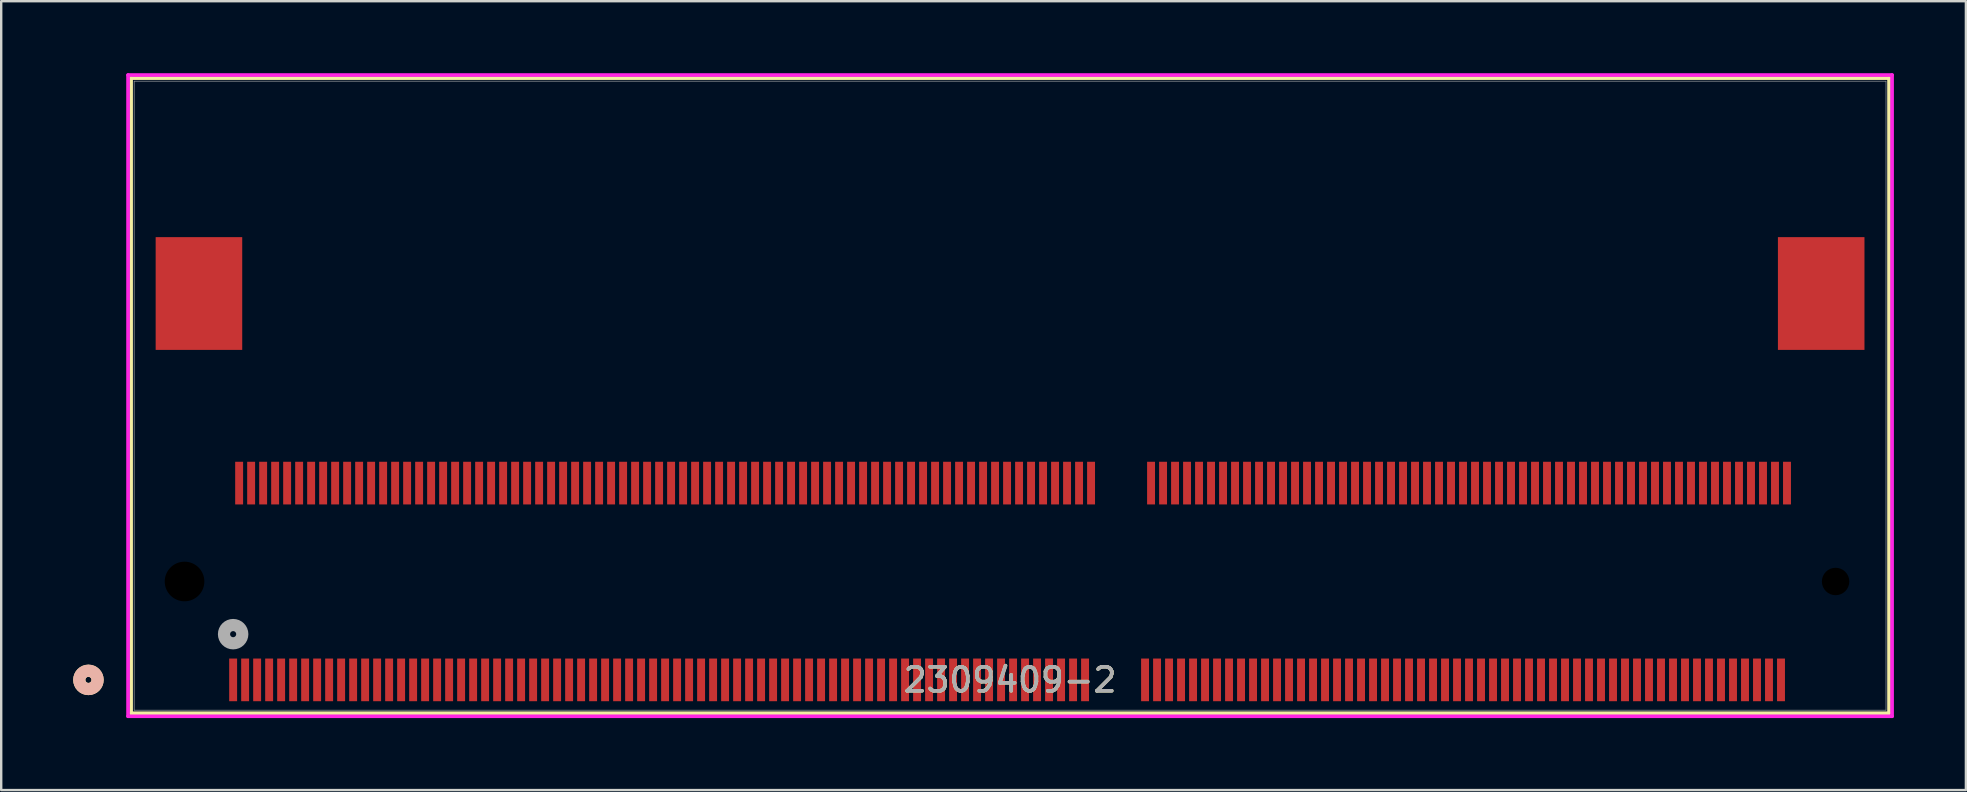
<source format=kicad_pcb>
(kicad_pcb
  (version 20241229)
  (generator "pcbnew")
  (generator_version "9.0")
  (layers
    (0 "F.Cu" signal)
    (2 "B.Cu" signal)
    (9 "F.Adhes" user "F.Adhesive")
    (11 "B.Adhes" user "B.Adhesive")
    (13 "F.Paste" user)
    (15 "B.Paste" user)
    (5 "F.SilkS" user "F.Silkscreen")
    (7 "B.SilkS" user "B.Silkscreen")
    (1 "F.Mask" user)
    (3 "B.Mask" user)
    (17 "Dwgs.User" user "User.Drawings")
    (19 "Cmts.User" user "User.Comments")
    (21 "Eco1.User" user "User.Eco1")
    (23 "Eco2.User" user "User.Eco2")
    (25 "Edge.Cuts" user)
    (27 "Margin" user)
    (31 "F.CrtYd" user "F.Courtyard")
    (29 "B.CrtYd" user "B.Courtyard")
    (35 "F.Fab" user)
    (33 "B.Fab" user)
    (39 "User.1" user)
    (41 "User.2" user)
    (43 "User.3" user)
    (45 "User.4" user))
  (footprint "2309409-2"
    (layer "F.Cu")
    (at 39.04 13.437)
    (property "Reference" "2309409-2" (at 0 11.844 0) (unlocked yes) (layer "F.SilkS") (effects (font (size 1 1) (thickness 0.15))))
    (attr smd)
    (fp_line (start -36.627 -13.233) (end -36.627 13.233) (stroke (width 0.152) (type solid)) (layer "F.SilkS"))
    (fp_line (start -36.627 13.233) (end 36.627 13.233) (stroke (width 0.152) (type solid)) (layer "F.SilkS"))
    (fp_line (start 36.627 -13.233) (end -36.627 -13.233) (stroke (width 0.152) (type solid)) (layer "F.SilkS"))
    (fp_line (start 36.627 13.233) (end 36.627 -13.233) (stroke (width 0.152) (type solid)) (layer "F.SilkS"))
    (fp_circle (center -38.405 11.844) (end -38.024 11.844) (stroke (width 0.508) (type solid)) (fill no) (layer "F.SilkS"))
    (fp_circle (center -38.405 11.844) (end -38.024 11.844) (stroke (width 0.508) (type solid)) (fill no) (layer "B.SilkS"))
    (fp_line (start -36.754 -13.36) (end -36.754 13.36) (stroke (width 0.152) (type solid)) (layer "F.CrtYd"))
    (fp_line (start -36.754 13.36) (end 36.754 13.36) (stroke (width 0.152) (type solid)) (layer "F.CrtYd"))
    (fp_line (start 36.754 -13.36) (end -36.754 -13.36) (stroke (width 0.152) (type solid)) (layer "F.CrtYd"))
    (fp_line (start 36.754 13.36) (end 36.754 -13.36) (stroke (width 0.152) (type solid)) (layer "F.CrtYd"))
    (fp_line (start -36.5 -13.106) (end -36.5 13.106) (stroke (width 0.025) (type solid)) (layer "F.Fab"))
    (fp_line (start -36.5 13.106) (end 36.5 13.106) (stroke (width 0.025) (type solid)) (layer "F.Fab"))
    (fp_line (start 36.5 -13.106) (end -36.5 -13.106) (stroke (width 0.025) (type solid)) (layer "F.Fab"))
    (fp_line (start 36.5 13.106) (end 36.5 -13.106) (stroke (width 0.025) (type solid)) (layer "F.Fab"))
    (fp_circle (center -32.375 9.939) (end -31.994 9.939) (stroke (width 0.508) (type solid)) (fill no) (layer "F.Fab"))
    (fp_text user "${REFERENCE}" (at 0 11.844 0) (unlocked yes) (layer "F.Fab") (effects (font (size 1 1) (thickness 0.15))))
    (pad "" np_thru_hole circle (at -34.4 7.744) (size 1.651 1.651) (drill 1.651) (layers))
    (pad "" np_thru_hole circle (at 34.4 7.744) (size 1.143 1.143) (drill 1.143) (layers))
    (pad "1" smd rect (at -32.375 11.844) (size 0.33 1.778) (layers "F.Cu" "F.Mask" "F.Paste"))
    (pad "2" smd rect (at -32.125 3.644) (size 0.33 1.778) (layers "F.Cu" "F.Mask" "F.Paste"))
    (pad "3" smd rect (at -31.875 11.844) (size 0.33 1.778) (layers "F.Cu" "F.Mask" "F.Paste"))
    (pad "4" smd rect (at -31.625 3.644) (size 0.33 1.778) (layers "F.Cu" "F.Mask" "F.Paste"))
    (pad "5" smd rect (at -31.375 11.844) (size 0.33 1.778) (layers "F.Cu" "F.Mask" "F.Paste"))
    (pad "6" smd rect (at -31.125 3.644) (size 0.33 1.778) (layers "F.Cu" "F.Mask" "F.Paste"))
    (pad "7" smd rect (at -30.875 11.844) (size 0.33 1.778) (layers "F.Cu" "F.Mask" "F.Paste"))
    (pad "8" smd rect (at -30.625 3.644) (size 0.33 1.778) (layers "F.Cu" "F.Mask" "F.Paste"))
    (pad "9" smd rect (at -30.375 11.844) (size 0.33 1.778) (layers "F.Cu" "F.Mask" "F.Paste"))
    (pad "10" smd rect (at -30.125 3.644) (size 0.33 1.778) (layers "F.Cu" "F.Mask" "F.Paste"))
    (pad "11" smd rect (at -29.875 11.844) (size 0.33 1.778) (layers "F.Cu" "F.Mask" "F.Paste"))
    (pad "12" smd rect (at -29.625 3.644) (size 0.33 1.778) (layers "F.Cu" "F.Mask" "F.Paste"))
    (pad "13" smd rect (at -29.375 11.844) (size 0.33 1.778) (layers "F.Cu" "F.Mask" "F.Paste"))
    (pad "14" smd rect (at -29.125 3.644) (size 0.33 1.778) (layers "F.Cu" "F.Mask" "F.Paste"))
    (pad "15" smd rect (at -28.875 11.844) (size 0.33 1.778) (layers "F.Cu" "F.Mask" "F.Paste"))
    (pad "16" smd rect (at -28.625 3.644) (size 0.33 1.778) (layers "F.Cu" "F.Mask" "F.Paste"))
    (pad "17" smd rect (at -28.375 11.844) (size 0.33 1.778) (layers "F.Cu" "F.Mask" "F.Paste"))
    (pad "18" smd rect (at -28.125 3.644) (size 0.33 1.778) (layers "F.Cu" "F.Mask" "F.Paste"))
    (pad "19" smd rect (at -27.875 11.844) (size 0.33 1.778) (layers "F.Cu" "F.Mask" "F.Paste"))
    (pad "20" smd rect (at -27.625 3.644) (size 0.33 1.778) (layers "F.Cu" "F.Mask" "F.Paste"))
    (pad "21" smd rect (at -27.375 11.844) (size 0.33 1.778) (layers "F.Cu" "F.Mask" "F.Paste"))
    (pad "22" smd rect (at -27.125 3.644) (size 0.33 1.778) (layers "F.Cu" "F.Mask" "F.Paste"))
    (pad "23" smd rect (at -26.875 11.844) (size 0.33 1.778) (layers "F.Cu" "F.Mask" "F.Paste"))
    (pad "24" smd rect (at -26.625 3.644) (size 0.33 1.778) (layers "F.Cu" "F.Mask" "F.Paste"))
    (pad "25" smd rect (at -26.375 11.844) (size 0.33 1.778) (layers "F.Cu" "F.Mask" "F.Paste"))
    (pad "26" smd rect (at -26.125 3.644) (size 0.33 1.778) (layers "F.Cu" "F.Mask" "F.Paste"))
    (pad "27" smd rect (at -25.875 11.844) (size 0.33 1.778) (layers "F.Cu" "F.Mask" "F.Paste"))
    (pad "28" smd rect (at -25.625 3.644) (size 0.33 1.778) (layers "F.Cu" "F.Mask" "F.Paste"))
    (pad "29" smd rect (at -25.375 11.844) (size 0.33 1.778) (layers "F.Cu" "F.Mask" "F.Paste"))
    (pad "30" smd rect (at -25.125 3.644) (size 0.33 1.778) (layers "F.Cu" "F.Mask" "F.Paste"))
    (pad "31" smd rect (at -24.875 11.844) (size 0.33 1.778) (layers "F.Cu" "F.Mask" "F.Paste"))
    (pad "32" smd rect (at -24.625 3.644) (size 0.33 1.778) (layers "F.Cu" "F.Mask" "F.Paste"))
    (pad "33" smd rect (at -24.375 11.844) (size 0.33 1.778) (layers "F.Cu" "F.Mask" "F.Paste"))
    (pad "34" smd rect (at -24.125 3.644) (size 0.33 1.778) (layers "F.Cu" "F.Mask" "F.Paste"))
    (pad "35" smd rect (at -23.875 11.844) (size 0.33 1.778) (layers "F.Cu" "F.Mask" "F.Paste"))
    (pad "36" smd rect (at -23.625 3.644) (size 0.33 1.778) (layers "F.Cu" "F.Mask" "F.Paste"))
    (pad "37" smd rect (at -23.375 11.844) (size 0.33 1.778) (layers "F.Cu" "F.Mask" "F.Paste"))
    (pad "38" smd rect (at -23.125 3.644) (size 0.33 1.778) (layers "F.Cu" "F.Mask" "F.Paste"))
    (pad "39" smd rect (at -22.875 11.844) (size 0.33 1.778) (layers "F.Cu" "F.Mask" "F.Paste"))
    (pad "40" smd rect (at -22.625 3.644) (size 0.33 1.778) (layers "F.Cu" "F.Mask" "F.Paste"))
    (pad "41" smd rect (at -22.375 11.844) (size 0.33 1.778) (layers "F.Cu" "F.Mask" "F.Paste"))
    (pad "42" smd rect (at -22.125 3.644) (size 0.33 1.778) (layers "F.Cu" "F.Mask" "F.Paste"))
    (pad "43" smd rect (at -21.875 11.844) (size 0.33 1.778) (layers "F.Cu" "F.Mask" "F.Paste"))
    (pad "44" smd rect (at -21.625 3.644) (size 0.33 1.778) (layers "F.Cu" "F.Mask" "F.Paste"))
    (pad "45" smd rect (at -21.375 11.844) (size 0.33 1.778) (layers "F.Cu" "F.Mask" "F.Paste"))
    (pad "46" smd rect (at -21.125 3.644) (size 0.33 1.778) (layers "F.Cu" "F.Mask" "F.Paste"))
    (pad "47" smd rect (at -20.875 11.844) (size 0.33 1.778) (layers "F.Cu" "F.Mask" "F.Paste"))
    (pad "48" smd rect (at -20.625 3.644) (size 0.33 1.778) (layers "F.Cu" "F.Mask" "F.Paste"))
    (pad "49" smd rect (at -20.375 11.844) (size 0.33 1.778) (layers "F.Cu" "F.Mask" "F.Paste"))
    (pad "50" smd rect (at -20.125 3.644) (size 0.33 1.778) (layers "F.Cu" "F.Mask" "F.Paste"))
    (pad "51" smd rect (at -19.875 11.844) (size 0.33 1.778) (layers "F.Cu" "F.Mask" "F.Paste"))
    (pad "52" smd rect (at -19.625 3.644) (size 0.33 1.778) (layers "F.Cu" "F.Mask" "F.Paste"))
    (pad "53" smd rect (at -19.375 11.844) (size 0.33 1.778) (layers "F.Cu" "F.Mask" "F.Paste"))
    (pad "54" smd rect (at -19.125 3.644) (size 0.33 1.778) (layers "F.Cu" "F.Mask" "F.Paste"))
    (pad "55" smd rect (at -18.875 11.844) (size 0.33 1.778) (layers "F.Cu" "F.Mask" "F.Paste"))
    (pad "56" smd rect (at -18.625 3.644) (size 0.33 1.778) (layers "F.Cu" "F.Mask" "F.Paste"))
    (pad "57" smd rect (at -18.375 11.844) (size 0.33 1.778) (layers "F.Cu" "F.Mask" "F.Paste"))
    (pad "58" smd rect (at -18.125 3.644) (size 0.33 1.778) (layers "F.Cu" "F.Mask" "F.Paste"))
    (pad "59" smd rect (at -17.875 11.844) (size 0.33 1.778) (layers "F.Cu" "F.Mask" "F.Paste"))
    (pad "60" smd rect (at -17.625 3.644) (size 0.33 1.778) (layers "F.Cu" "F.Mask" "F.Paste"))
    (pad "61" smd rect (at -17.375 11.844) (size 0.33 1.778) (layers "F.Cu" "F.Mask" "F.Paste"))
    (pad "62" smd rect (at -17.125 3.644) (size 0.33 1.778) (layers "F.Cu" "F.Mask" "F.Paste"))
    (pad "63" smd rect (at -16.875 11.844) (size 0.33 1.778) (layers "F.Cu" "F.Mask" "F.Paste"))
    (pad "64" smd rect (at -16.625 3.644) (size 0.33 1.778) (layers "F.Cu" "F.Mask" "F.Paste"))
    (pad "65" smd rect (at -16.375 11.844) (size 0.33 1.778) (layers "F.Cu" "F.Mask" "F.Paste"))
    (pad "66" smd rect (at -16.125 3.644) (size 0.33 1.778) (layers "F.Cu" "F.Mask" "F.Paste"))
    (pad "67" smd rect (at -15.875 11.844) (size 0.33 1.778) (layers "F.Cu" "F.Mask" "F.Paste"))
    (pad "68" smd rect (at -15.625 3.644) (size 0.33 1.778) (layers "F.Cu" "F.Mask" "F.Paste"))
    (pad "69" smd rect (at -15.375 11.844) (size 0.33 1.778) (layers "F.Cu" "F.Mask" "F.Paste"))
    (pad "70" smd rect (at -15.125 3.644) (size 0.33 1.778) (layers "F.Cu" "F.Mask" "F.Paste"))
    (pad "71" smd rect (at -14.875 11.844) (size 0.33 1.778) (layers "F.Cu" "F.Mask" "F.Paste"))
    (pad "72" smd rect (at -14.625 3.644) (size 0.33 1.778) (layers "F.Cu" "F.Mask" "F.Paste"))
    (pad "73" smd rect (at -14.375 11.844) (size 0.33 1.778) (layers "F.Cu" "F.Mask" "F.Paste"))
    (pad "74" smd rect (at -14.125 3.644) (size 0.33 1.778) (layers "F.Cu" "F.Mask" "F.Paste"))
    (pad "75" smd rect (at -13.875 11.844) (size 0.33 1.778) (layers "F.Cu" "F.Mask" "F.Paste"))
    (pad "76" smd rect (at -13.625 3.644) (size 0.33 1.778) (layers "F.Cu" "F.Mask" "F.Paste"))
    (pad "77" smd rect (at -13.375 11.844) (size 0.33 1.778) (layers "F.Cu" "F.Mask" "F.Paste"))
    (pad "78" smd rect (at -13.125 3.644) (size 0.33 1.778) (layers "F.Cu" "F.Mask" "F.Paste"))
    (pad "79" smd rect (at -12.875 11.844) (size 0.33 1.778) (layers "F.Cu" "F.Mask" "F.Paste"))
    (pad "80" smd rect (at -12.625 3.644) (size 0.33 1.778) (layers "F.Cu" "F.Mask" "F.Paste"))
    (pad "81" smd rect (at -12.375 11.844) (size 0.33 1.778) (layers "F.Cu" "F.Mask" "F.Paste"))
    (pad "82" smd rect (at -12.125 3.644) (size 0.33 1.778) (layers "F.Cu" "F.Mask" "F.Paste"))
    (pad "83" smd rect (at -11.875 11.844) (size 0.33 1.778) (layers "F.Cu" "F.Mask" "F.Paste"))
    (pad "84" smd rect (at -11.625 3.644) (size 0.33 1.778) (layers "F.Cu" "F.Mask" "F.Paste"))
    (pad "85" smd rect (at -11.375 11.844) (size 0.33 1.778) (layers "F.Cu" "F.Mask" "F.Paste"))
    (pad "86" smd rect (at -11.125 3.644) (size 0.33 1.778) (layers "F.Cu" "F.Mask" "F.Paste"))
    (pad "87" smd rect (at -10.875 11.844) (size 0.33 1.778) (layers "F.Cu" "F.Mask" "F.Paste"))
    (pad "88" smd rect (at -10.625 3.644) (size 0.33 1.778) (layers "F.Cu" "F.Mask" "F.Paste"))
    (pad "89" smd rect (at -10.375 11.844) (size 0.33 1.778) (layers "F.Cu" "F.Mask" "F.Paste"))
    (pad "90" smd rect (at -10.125 3.644) (size 0.33 1.778) (layers "F.Cu" "F.Mask" "F.Paste"))
    (pad "91" smd rect (at -9.875 11.844) (size 0.33 1.778) (layers "F.Cu" "F.Mask" "F.Paste"))
    (pad "92" smd rect (at -9.625 3.644) (size 0.33 1.778) (layers "F.Cu" "F.Mask" "F.Paste"))
    (pad "93" smd rect (at -9.375 11.844) (size 0.33 1.778) (layers "F.Cu" "F.Mask" "F.Paste"))
    (pad "94" smd rect (at -9.125 3.644) (size 0.33 1.778) (layers "F.Cu" "F.Mask" "F.Paste"))
    (pad "95" smd rect (at -8.875 11.844) (size 0.33 1.778) (layers "F.Cu" "F.Mask" "F.Paste"))
    (pad "96" smd rect (at -8.625 3.644) (size 0.33 1.778) (layers "F.Cu" "F.Mask" "F.Paste"))
    (pad "97" smd rect (at -8.375 11.844) (size 0.33 1.778) (layers "F.Cu" "F.Mask" "F.Paste"))
    (pad "98" smd rect (at -8.125 3.644) (size 0.33 1.778) (layers "F.Cu" "F.Mask" "F.Paste"))
    (pad "99" smd rect (at -7.875 11.844) (size 0.33 1.778) (layers "F.Cu" "F.Mask" "F.Paste"))
    (pad "100" smd rect (at -7.625 3.644) (size 0.33 1.778) (layers "F.Cu" "F.Mask" "F.Paste"))
    (pad "101" smd rect (at -7.375 11.844) (size 0.33 1.778) (layers "F.Cu" "F.Mask" "F.Paste"))
    (pad "102" smd rect (at -7.125 3.644) (size 0.33 1.778) (layers "F.Cu" "F.Mask" "F.Paste"))
    (pad "103" smd rect (at -6.875 11.844) (size 0.33 1.778) (layers "F.Cu" "F.Mask" "F.Paste"))
    (pad "104" smd rect (at -6.625 3.644) (size 0.33 1.778) (layers "F.Cu" "F.Mask" "F.Paste"))
    (pad "105" smd rect (at -6.375 11.844) (size 0.33 1.778) (layers "F.Cu" "F.Mask" "F.Paste"))
    (pad "106" smd rect (at -6.125 3.644) (size 0.33 1.778) (layers "F.Cu" "F.Mask" "F.Paste"))
    (pad "107" smd rect (at -5.875 11.844) (size 0.33 1.778) (layers "F.Cu" "F.Mask" "F.Paste"))
    (pad "108" smd rect (at -5.625 3.644) (size 0.33 1.778) (layers "F.Cu" "F.Mask" "F.Paste"))
    (pad "109" smd rect (at -5.375 11.844) (size 0.33 1.778) (layers "F.Cu" "F.Mask" "F.Paste"))
    (pad "110" smd rect (at -5.125 3.644) (size 0.33 1.778) (layers "F.Cu" "F.Mask" "F.Paste"))
    (pad "111" smd rect (at -4.875 11.844) (size 0.33 1.778) (layers "F.Cu" "F.Mask" "F.Paste"))
    (pad "112" smd rect (at -4.625 3.644) (size 0.33 1.778) (layers "F.Cu" "F.Mask" "F.Paste"))
    (pad "113" smd rect (at -4.375 11.844) (size 0.33 1.778) (layers "F.Cu" "F.Mask" "F.Paste"))
    (pad "114" smd rect (at -4.125 3.644) (size 0.33 1.778) (layers "F.Cu" "F.Mask" "F.Paste"))
    (pad "115" smd rect (at -3.875 11.844) (size 0.33 1.778) (layers "F.Cu" "F.Mask" "F.Paste"))
    (pad "116" smd rect (at -3.625 3.644) (size 0.33 1.778) (layers "F.Cu" "F.Mask" "F.Paste"))
    (pad "117" smd rect (at -3.375 11.844) (size 0.33 1.778) (layers "F.Cu" "F.Mask" "F.Paste"))
    (pad "118" smd rect (at -3.125 3.644) (size 0.33 1.778) (layers "F.Cu" "F.Mask" "F.Paste"))
    (pad "119" smd rect (at -2.875 11.844) (size 0.33 1.778) (layers "F.Cu" "F.Mask" "F.Paste"))
    (pad "120" smd rect (at -2.625 3.644) (size 0.33 1.778) (layers "F.Cu" "F.Mask" "F.Paste"))
    (pad "121" smd rect (at -2.375 11.844) (size 0.33 1.778) (layers "F.Cu" "F.Mask" "F.Paste"))
    (pad "122" smd rect (at -2.125 3.644) (size 0.33 1.778) (layers "F.Cu" "F.Mask" "F.Paste"))
    (pad "123" smd rect (at -1.875 11.844) (size 0.33 1.778) (layers "F.Cu" "F.Mask" "F.Paste"))
    (pad "124" smd rect (at -1.625 3.644) (size 0.33 1.778) (layers "F.Cu" "F.Mask" "F.Paste"))
    (pad "125" smd rect (at -1.375 11.844) (size 0.33 1.778) (layers "F.Cu" "F.Mask" "F.Paste"))
    (pad "126" smd rect (at -1.125 3.644) (size 0.33 1.778) (layers "F.Cu" "F.Mask" "F.Paste"))
    (pad "127" smd rect (at -0.875 11.844) (size 0.33 1.778) (layers "F.Cu" "F.Mask" "F.Paste"))
    (pad "128" smd rect (at -0.625 3.644) (size 0.33 1.778) (layers "F.Cu" "F.Mask" "F.Paste"))
    (pad "129" smd rect (at -0.375 11.844) (size 0.33 1.778) (layers "F.Cu" "F.Mask" "F.Paste"))
    (pad "130" smd rect (at -0.125 3.644) (size 0.33 1.778) (layers "F.Cu" "F.Mask" "F.Paste"))
    (pad "131" smd rect (at 0.125 11.844) (size 0.33 1.778) (layers "F.Cu" "F.Mask" "F.Paste"))
    (pad "132" smd rect (at 0.375 3.644) (size 0.33 1.778) (layers "F.Cu" "F.Mask" "F.Paste"))
    (pad "133" smd rect (at 0.625 11.844) (size 0.33 1.778) (layers "F.Cu" "F.Mask" "F.Paste"))
    (pad "134" smd rect (at 0.875 3.644) (size 0.33 1.778) (layers "F.Cu" "F.Mask" "F.Paste"))
    (pad "135" smd rect (at 1.125 11.844) (size 0.33 1.778) (layers "F.Cu" "F.Mask" "F.Paste"))
    (pad "136" smd rect (at 1.375 3.644) (size 0.33 1.778) (layers "F.Cu" "F.Mask" "F.Paste"))
    (pad "137" smd rect (at 1.625 11.844) (size 0.33 1.778) (layers "F.Cu" "F.Mask" "F.Paste"))
    (pad "138" smd rect (at 1.875 3.644) (size 0.33 1.778) (layers "F.Cu" "F.Mask" "F.Paste"))
    (pad "139" smd rect (at 2.125 11.844) (size 0.33 1.778) (layers "F.Cu" "F.Mask" "F.Paste"))
    (pad "140" smd rect (at 2.375 3.644) (size 0.33 1.778) (layers "F.Cu" "F.Mask" "F.Paste"))
    (pad "141" smd rect (at 2.625 11.844) (size 0.33 1.778) (layers "F.Cu" "F.Mask" "F.Paste"))
    (pad "142" smd rect (at 2.875 3.644) (size 0.33 1.778) (layers "F.Cu" "F.Mask" "F.Paste"))
    (pad "143" smd rect (at 3.125 11.844) (size 0.33 1.778) (layers "F.Cu" "F.Mask" "F.Paste"))
    (pad "144" smd rect (at 3.375 3.644) (size 0.33 1.778) (layers "F.Cu" "F.Mask" "F.Paste"))
    (pad "153" smd rect (at 5.625 11.844) (size 0.33 1.778) (layers "F.Cu" "F.Mask" "F.Paste"))
    (pad "154" smd rect (at 5.875 3.644) (size 0.33 1.778) (layers "F.Cu" "F.Mask" "F.Paste"))
    (pad "155" smd rect (at 6.125 11.844) (size 0.33 1.778) (layers "F.Cu" "F.Mask" "F.Paste"))
    (pad "156" smd rect (at 6.375 3.644) (size 0.33 1.778) (layers "F.Cu" "F.Mask" "F.Paste"))
    (pad "157" smd rect (at 6.625 11.844) (size 0.33 1.778) (layers "F.Cu" "F.Mask" "F.Paste"))
    (pad "158" smd rect (at 6.875 3.644) (size 0.33 1.778) (layers "F.Cu" "F.Mask" "F.Paste"))
    (pad "159" smd rect (at 7.125 11.844) (size 0.33 1.778) (layers "F.Cu" "F.Mask" "F.Paste"))
    (pad "160" smd rect (at 7.375 3.644) (size 0.33 1.778) (layers "F.Cu" "F.Mask" "F.Paste"))
    (pad "161" smd rect (at 7.625 11.844) (size 0.33 1.778) (layers "F.Cu" "F.Mask" "F.Paste"))
    (pad "162" smd rect (at 7.875 3.644) (size 0.33 1.778) (layers "F.Cu" "F.Mask" "F.Paste"))
    (pad "163" smd rect (at 8.125 11.844) (size 0.33 1.778) (layers "F.Cu" "F.Mask" "F.Paste"))
    (pad "164" smd rect (at 8.375 3.644) (size 0.33 1.778) (layers "F.Cu" "F.Mask" "F.Paste"))
    (pad "165" smd rect (at 8.625 11.844) (size 0.33 1.778) (layers "F.Cu" "F.Mask" "F.Paste"))
    (pad "166" smd rect (at 8.875 3.644) (size 0.33 1.778) (layers "F.Cu" "F.Mask" "F.Paste"))
    (pad "167" smd rect (at 9.125 11.844) (size 0.33 1.778) (layers "F.Cu" "F.Mask" "F.Paste"))
    (pad "168" smd rect (at 9.375 3.644) (size 0.33 1.778) (layers "F.Cu" "F.Mask" "F.Paste"))
    (pad "169" smd rect (at 9.625 11.844) (size 0.33 1.778) (layers "F.Cu" "F.Mask" "F.Paste"))
    (pad "170" smd rect (at 9.875 3.644) (size 0.33 1.778) (layers "F.Cu" "F.Mask" "F.Paste"))
    (pad "171" smd rect (at 10.125 11.844) (size 0.33 1.778) (layers "F.Cu" "F.Mask" "F.Paste"))
    (pad "172" smd rect (at 10.375 3.644) (size 0.33 1.778) (layers "F.Cu" "F.Mask" "F.Paste"))
    (pad "173" smd rect (at 10.625 11.844) (size 0.33 1.778) (layers "F.Cu" "F.Mask" "F.Paste"))
    (pad "174" smd rect (at 10.875 3.644) (size 0.33 1.778) (layers "F.Cu" "F.Mask" "F.Paste"))
    (pad "175" smd rect (at 11.125 11.844) (size 0.33 1.778) (layers "F.Cu" "F.Mask" "F.Paste"))
    (pad "176" smd rect (at 11.375 3.644) (size 0.33 1.778) (layers "F.Cu" "F.Mask" "F.Paste"))
    (pad "177" smd rect (at 11.625 11.844) (size 0.33 1.778) (layers "F.Cu" "F.Mask" "F.Paste"))
    (pad "178" smd rect (at 11.875 3.644) (size 0.33 1.778) (layers "F.Cu" "F.Mask" "F.Paste"))
    (pad "179" smd rect (at 12.125 11.844) (size 0.33 1.778) (layers "F.Cu" "F.Mask" "F.Paste"))
    (pad "180" smd rect (at 12.375 3.644) (size 0.33 1.778) (layers "F.Cu" "F.Mask" "F.Paste"))
    (pad "181" smd rect (at 12.625 11.844) (size 0.33 1.778) (layers "F.Cu" "F.Mask" "F.Paste"))
    (pad "182" smd rect (at 12.875 3.644) (size 0.33 1.778) (layers "F.Cu" "F.Mask" "F.Paste"))
    (pad "183" smd rect (at 13.125 11.844) (size 0.33 1.778) (layers "F.Cu" "F.Mask" "F.Paste"))
    (pad "184" smd rect (at 13.375 3.644) (size 0.33 1.778) (layers "F.Cu" "F.Mask" "F.Paste"))
    (pad "185" smd rect (at 13.625 11.844) (size 0.33 1.778) (layers "F.Cu" "F.Mask" "F.Paste"))
    (pad "186" smd rect (at 13.875 3.644) (size 0.33 1.778) (layers "F.Cu" "F.Mask" "F.Paste"))
    (pad "187" smd rect (at 14.125 11.844) (size 0.33 1.778) (layers "F.Cu" "F.Mask" "F.Paste"))
    (pad "188" smd rect (at 14.375 3.644) (size 0.33 1.778) (layers "F.Cu" "F.Mask" "F.Paste"))
    (pad "189" smd rect (at 14.625 11.844) (size 0.33 1.778) (layers "F.Cu" "F.Mask" "F.Paste"))
    (pad "190" smd rect (at 14.875 3.644) (size 0.33 1.778) (layers "F.Cu" "F.Mask" "F.Paste"))
    (pad "191" smd rect (at 15.125 11.844) (size 0.33 1.778) (layers "F.Cu" "F.Mask" "F.Paste"))
    (pad "192" smd rect (at 15.375 3.644) (size 0.33 1.778) (layers "F.Cu" "F.Mask" "F.Paste"))
    (pad "193" smd rect (at 15.625 11.844) (size 0.33 1.778) (layers "F.Cu" "F.Mask" "F.Paste"))
    (pad "194" smd rect (at 15.875 3.644) (size 0.33 1.778) (layers "F.Cu" "F.Mask" "F.Paste"))
    (pad "195" smd rect (at 16.125 11.844) (size 0.33 1.778) (layers "F.Cu" "F.Mask" "F.Paste"))
    (pad "196" smd rect (at 16.375 3.644) (size 0.33 1.778) (layers "F.Cu" "F.Mask" "F.Paste"))
    (pad "197" smd rect (at 16.625 11.844) (size 0.33 1.778) (layers "F.Cu" "F.Mask" "F.Paste"))
    (pad "198" smd rect (at 16.875 3.644) (size 0.33 1.778) (layers "F.Cu" "F.Mask" "F.Paste"))
    (pad "199" smd rect (at 17.125 11.844) (size 0.33 1.778) (layers "F.Cu" "F.Mask" "F.Paste"))
    (pad "200" smd rect (at 17.375 3.644) (size 0.33 1.778) (layers "F.Cu" "F.Mask" "F.Paste"))
    (pad "201" smd rect (at 17.625 11.844) (size 0.33 1.778) (layers "F.Cu" "F.Mask" "F.Paste"))
    (pad "202" smd rect (at 17.875 3.644) (size 0.33 1.778) (layers "F.Cu" "F.Mask" "F.Paste"))
    (pad "203" smd rect (at 18.125 11.844) (size 0.33 1.778) (layers "F.Cu" "F.Mask" "F.Paste"))
    (pad "204" smd rect (at 18.375 3.644) (size 0.33 1.778) (layers "F.Cu" "F.Mask" "F.Paste"))
    (pad "205" smd rect (at 18.625 11.844) (size 0.33 1.778) (layers "F.Cu" "F.Mask" "F.Paste"))
    (pad "206" smd rect (at 18.875 3.644) (size 0.33 1.778) (layers "F.Cu" "F.Mask" "F.Paste"))
    (pad "207" smd rect (at 19.125 11.844) (size 0.33 1.778) (layers "F.Cu" "F.Mask" "F.Paste"))
    (pad "208" smd rect (at 19.375 3.644) (size 0.33 1.778) (layers "F.Cu" "F.Mask" "F.Paste"))
    (pad "209" smd rect (at 19.625 11.844) (size 0.33 1.778) (layers "F.Cu" "F.Mask" "F.Paste"))
    (pad "210" smd rect (at 19.875 3.644) (size 0.33 1.778) (layers "F.Cu" "F.Mask" "F.Paste"))
    (pad "211" smd rect (at 20.125 11.844) (size 0.33 1.778) (layers "F.Cu" "F.Mask" "F.Paste"))
    (pad "212" smd rect (at 20.375 3.644) (size 0.33 1.778) (layers "F.Cu" "F.Mask" "F.Paste"))
    (pad "213" smd rect (at 20.625 11.844) (size 0.33 1.778) (layers "F.Cu" "F.Mask" "F.Paste"))
    (pad "214" smd rect (at 20.875 3.644) (size 0.33 1.778) (layers "F.Cu" "F.Mask" "F.Paste"))
    (pad "215" smd rect (at 21.125 11.844) (size 0.33 1.778) (layers "F.Cu" "F.Mask" "F.Paste"))
    (pad "216" smd rect (at 21.375 3.644) (size 0.33 1.778) (layers "F.Cu" "F.Mask" "F.Paste"))
    (pad "217" smd rect (at 21.625 11.844) (size 0.33 1.778) (layers "F.Cu" "F.Mask" "F.Paste"))
    (pad "218" smd rect (at 21.875 3.644) (size 0.33 1.778) (layers "F.Cu" "F.Mask" "F.Paste"))
    (pad "219" smd rect (at 22.125 11.844) (size 0.33 1.778) (layers "F.Cu" "F.Mask" "F.Paste"))
    (pad "220" smd rect (at 22.375 3.644) (size 0.33 1.778) (layers "F.Cu" "F.Mask" "F.Paste"))
    (pad "221" smd rect (at 22.625 11.844) (size 0.33 1.778) (layers "F.Cu" "F.Mask" "F.Paste"))
    (pad "222" smd rect (at 22.875 3.644) (size 0.33 1.778) (layers "F.Cu" "F.Mask" "F.Paste"))
    (pad "223" smd rect (at 23.125 11.844) (size 0.33 1.778) (layers "F.Cu" "F.Mask" "F.Paste"))
    (pad "224" smd rect (at 23.375 3.644) (size 0.33 1.778) (layers "F.Cu" "F.Mask" "F.Paste"))
    (pad "225" smd rect (at 23.625 11.844) (size 0.33 1.778) (layers "F.Cu" "F.Mask" "F.Paste"))
    (pad "226" smd rect (at 23.875 3.644) (size 0.33 1.778) (layers "F.Cu" "F.Mask" "F.Paste"))
    (pad "227" smd rect (at 24.125 11.844) (size 0.33 1.778) (layers "F.Cu" "F.Mask" "F.Paste"))
    (pad "228" smd rect (at 24.375 3.644) (size 0.33 1.778) (layers "F.Cu" "F.Mask" "F.Paste"))
    (pad "229" smd rect (at 24.625 11.844) (size 0.33 1.778) (layers "F.Cu" "F.Mask" "F.Paste"))
    (pad "230" smd rect (at 24.875 3.644) (size 0.33 1.778) (layers "F.Cu" "F.Mask" "F.Paste"))
    (pad "231" smd rect (at 25.125 11.844) (size 0.33 1.778) (layers "F.Cu" "F.Mask" "F.Paste"))
    (pad "232" smd rect (at 25.375 3.644) (size 0.33 1.778) (layers "F.Cu" "F.Mask" "F.Paste"))
    (pad "233" smd rect (at 25.625 11.844) (size 0.33 1.778) (layers "F.Cu" "F.Mask" "F.Paste"))
    (pad "234" smd rect (at 25.875 3.644) (size 0.33 1.778) (layers "F.Cu" "F.Mask" "F.Paste"))
    (pad "235" smd rect (at 26.125 11.844) (size 0.33 1.778) (layers "F.Cu" "F.Mask" "F.Paste"))
    (pad "236" smd rect (at 26.375 3.644) (size 0.33 1.778) (layers "F.Cu" "F.Mask" "F.Paste"))
    (pad "237" smd rect (at 26.625 11.844) (size 0.33 1.778) (layers "F.Cu" "F.Mask" "F.Paste"))
    (pad "238" smd rect (at 26.875 3.644) (size 0.33 1.778) (layers "F.Cu" "F.Mask" "F.Paste"))
    (pad "239" smd rect (at 27.125 11.844) (size 0.33 1.778) (layers "F.Cu" "F.Mask" "F.Paste"))
    (pad "240" smd rect (at 27.375 3.644) (size 0.33 1.778) (layers "F.Cu" "F.Mask" "F.Paste"))
    (pad "241" smd rect (at 27.625 11.844) (size 0.33 1.778) (layers "F.Cu" "F.Mask" "F.Paste"))
    (pad "242" smd rect (at 27.875 3.644) (size 0.33 1.778) (layers "F.Cu" "F.Mask" "F.Paste"))
    (pad "243" smd rect (at 28.125 11.844) (size 0.33 1.778) (layers "F.Cu" "F.Mask" "F.Paste"))
    (pad "244" smd rect (at 28.375 3.644) (size 0.33 1.778) (layers "F.Cu" "F.Mask" "F.Paste"))
    (pad "245" smd rect (at 28.625 11.844) (size 0.33 1.778) (layers "F.Cu" "F.Mask" "F.Paste"))
    (pad "246" smd rect (at 28.875 3.644) (size 0.33 1.778) (layers "F.Cu" "F.Mask" "F.Paste"))
    (pad "247" smd rect (at 29.125 11.844) (size 0.33 1.778) (layers "F.Cu" "F.Mask" "F.Paste"))
    (pad "248" smd rect (at 29.375 3.644) (size 0.33 1.778) (layers "F.Cu" "F.Mask" "F.Paste"))
    (pad "249" smd rect (at 29.625 11.844) (size 0.33 1.778) (layers "F.Cu" "F.Mask" "F.Paste"))
    (pad "250" smd rect (at 29.875 3.644) (size 0.33 1.778) (layers "F.Cu" "F.Mask" "F.Paste"))
    (pad "251" smd rect (at 30.125 11.844) (size 0.33 1.778) (layers "F.Cu" "F.Mask" "F.Paste"))
    (pad "252" smd rect (at 30.375 3.644) (size 0.33 1.778) (layers "F.Cu" "F.Mask" "F.Paste"))
    (pad "253" smd rect (at 30.625 11.844) (size 0.33 1.778) (layers "F.Cu" "F.Mask" "F.Paste"))
    (pad "254" smd rect (at 30.875 3.644) (size 0.33 1.778) (layers "F.Cu" "F.Mask" "F.Paste"))
    (pad "255" smd rect (at 31.125 11.844) (size 0.33 1.778) (layers "F.Cu" "F.Mask" "F.Paste"))
    (pad "256" smd rect (at 31.375 3.644) (size 0.33 1.778) (layers "F.Cu" "F.Mask" "F.Paste"))
    (pad "257" smd rect (at 31.625 11.844) (size 0.33 1.778) (layers "F.Cu" "F.Mask" "F.Paste"))
    (pad "258" smd rect (at 31.875 3.644) (size 0.33 1.778) (layers "F.Cu" "F.Mask" "F.Paste"))
    (pad "259" smd rect (at 32.125 11.844) (size 0.33 1.778) (layers "F.Cu" "F.Mask" "F.Paste"))
    (pad "260" smd rect (at 32.375 3.644) (size 0.33 1.778) (layers "F.Cu" "F.Mask" "F.Paste"))
    (pad "261" smd rect (at -33.8 -4.256) (size 3.607 4.699) (layers "F.Cu" "F.Mask" "F.Paste"))
    (pad "262" smd rect (at 33.8 -4.256) (size 3.607 4.699) (layers "F.Cu" "F.Mask" "F.Paste")))
  (gr_rect
    (start -3 -3)
    (end 78.87 29.873)
    (stroke (width 0.1) (type default))
    (fill no)
    (layer "Edge.Cuts")))
</source>
